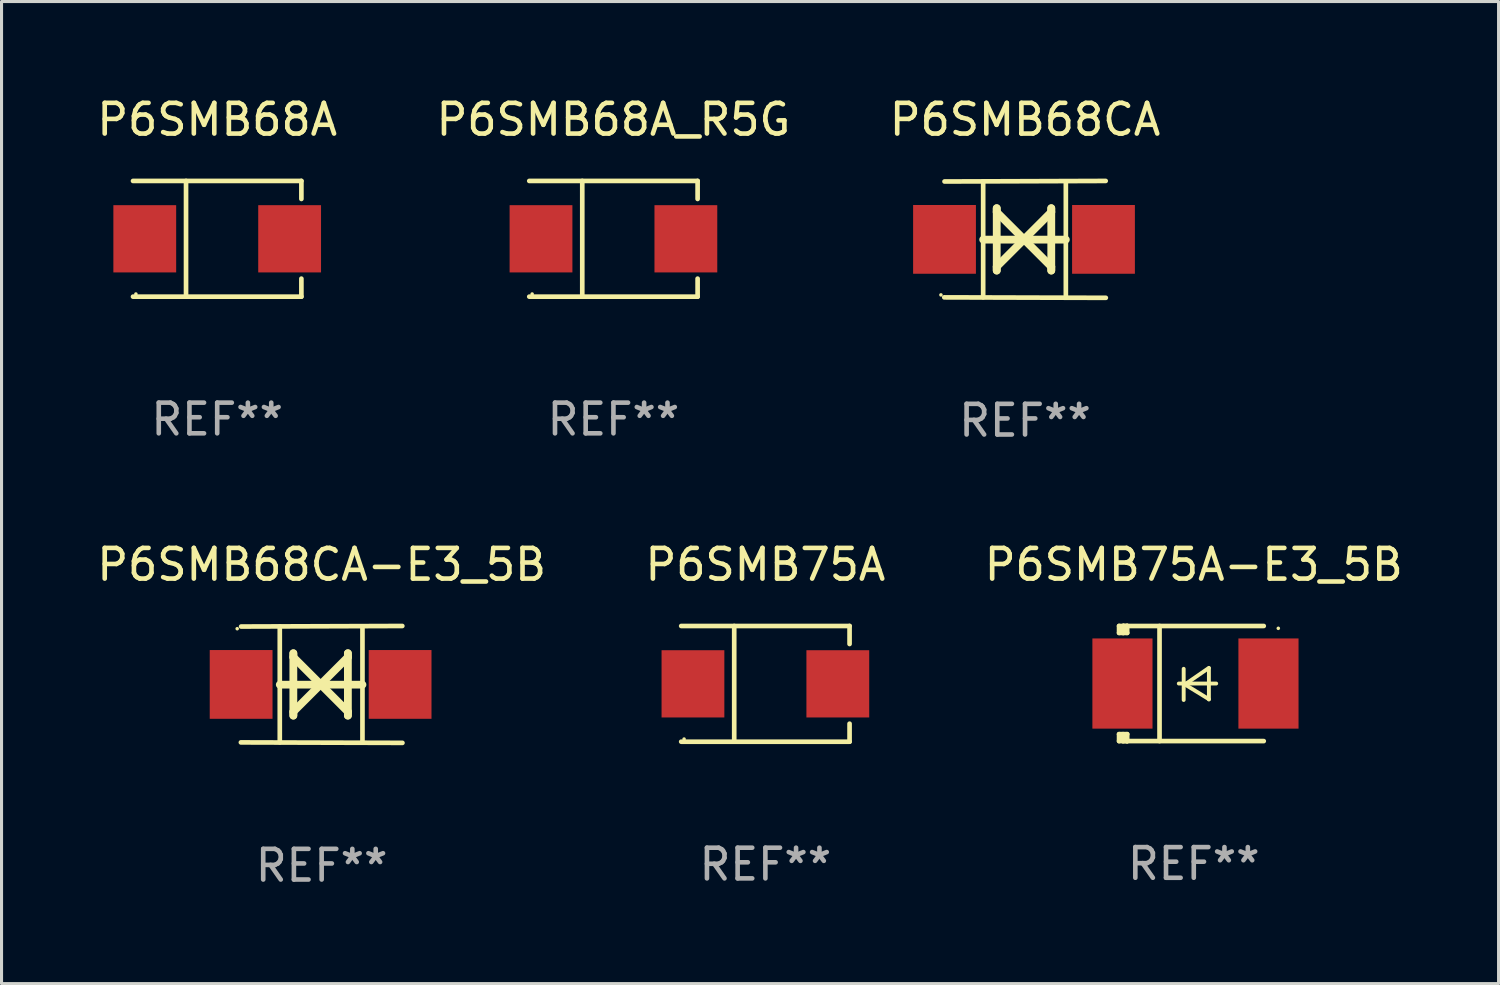
<source format=kicad_pcb>
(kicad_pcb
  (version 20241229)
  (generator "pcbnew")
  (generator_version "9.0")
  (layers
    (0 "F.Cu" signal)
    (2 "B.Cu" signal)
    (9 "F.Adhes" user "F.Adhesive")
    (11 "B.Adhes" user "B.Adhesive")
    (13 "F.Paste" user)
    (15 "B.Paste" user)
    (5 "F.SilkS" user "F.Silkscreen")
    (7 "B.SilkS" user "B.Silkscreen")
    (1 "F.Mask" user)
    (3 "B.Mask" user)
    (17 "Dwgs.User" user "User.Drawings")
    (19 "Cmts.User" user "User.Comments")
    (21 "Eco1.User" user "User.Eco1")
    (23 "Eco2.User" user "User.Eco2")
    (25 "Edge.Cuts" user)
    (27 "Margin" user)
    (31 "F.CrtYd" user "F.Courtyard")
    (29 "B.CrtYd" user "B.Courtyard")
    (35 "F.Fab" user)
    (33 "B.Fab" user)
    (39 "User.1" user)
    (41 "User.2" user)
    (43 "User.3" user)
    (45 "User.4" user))
  (footprint "P6SMB68A"
    (layer "F.Cu")
    (at 4.03 4.734)
    (property "Reference" "P6SMB68A" (at 0 -3.886 0) (layer "F.SilkS") (effects (font (size 1 1) (thickness 0.15))))
    (attr through_hole)
    (fp_line (start -2.744 -1.886) (end 2.744 -1.886) (stroke (width 0.152) (type solid)) (layer "F.SilkS"))
    (fp_line (start -2.744 1.886) (end 2.744 1.886) (stroke (width 0.152) (type solid)) (layer "F.SilkS"))
    (fp_line (start -1.016 -1.886) (end -1.016 1.886) (stroke (width 0.152) (type solid)) (layer "F.SilkS"))
    (fp_line (start 2.744 -1.886) (end 2.744 -1.299) (stroke (width 0.152) (type solid)) (layer "F.SilkS"))
    (fp_line (start 2.744 1.886) (end 2.744 1.299) (stroke (width 0.152) (type solid)) (layer "F.SilkS"))
    (fp_circle (center -2.65 1.8) (end -2.62 1.8) (stroke (width 0.06) (type solid)) (fill no) (layer "F.SilkS"))
    (fp_text user "REF**" (at 0 5.886 0) (layer "F.Fab") (effects (font (size 1 1) (thickness 0.15))))
    (pad "1" smd rect (at -2.361 0) (size 2.047 2.192) (layers "F.Cu" "F.Mask" "F.Paste"))
    (pad "2" smd rect (at 2.361 0) (size 2.047 2.192) (layers "F.Cu" "F.Mask" "F.Paste")))
  (footprint "P6SMB68CA"
    (layer "F.Cu")
    (at 30.363 4.753)
    (property "Reference" "P6SMB68CA" (at 0 -3.905 0) (layer "F.SilkS") (effects (font (size 1 1) (thickness 0.15))))
    (attr through_hole)
    (fp_line (start -1.365 1.886) (end -1.365 -1.886) (stroke (width 0.152) (type solid)) (layer "F.SilkS"))
    (fp_line (start -1.365 0.008) (end 1.33 0.008) (stroke (width 0.254) (type solid)) (layer "F.SilkS"))
    (fp_line (start -0.923 -1.016) (end -0.923 1.016) (stroke (width 0.254) (type solid)) (layer "F.SilkS"))
    (fp_line (start -0.923 -0.889) (end -0.923 -1.016) (stroke (width 0.254) (type solid)) (layer "F.SilkS"))
    (fp_line (start -0.923 0.889) (end -0.034 0) (stroke (width 0.254) (type solid)) (layer "F.SilkS"))
    (fp_line (start -0.923 1.016) (end -0.923 0.889) (stroke (width 0.254) (type solid)) (layer "F.SilkS"))
    (fp_line (start -0.034 0) (end -0.923 -0.889) (stroke (width 0.254) (type solid)) (layer "F.SilkS"))
    (fp_line (start -0.034 0) (end 0.855 0.889) (stroke (width 0.254) (type solid)) (layer "F.SilkS"))
    (fp_line (start 0.855 -1.016) (end 0.855 -0.889) (stroke (width 0.254) (type solid)) (layer "F.SilkS"))
    (fp_line (start 0.855 -0.889) (end -0.034 0) (stroke (width 0.254) (type solid)) (layer "F.SilkS"))
    (fp_line (start 0.855 0.889) (end 0.855 1.016) (stroke (width 0.254) (type solid)) (layer "F.SilkS"))
    (fp_line (start 0.855 1.016) (end 0.855 -1.016) (stroke (width 0.254) (type solid)) (layer "F.SilkS"))
    (fp_line (start 1.33 1.886) (end 1.33 -1.886) (stroke (width 0.152) (type solid)) (layer "F.SilkS"))
    (fp_line (start 2.629 -1.905) (end -2.625 -1.887) (stroke (width 0.152) (type solid)) (layer "F.SilkS"))
    (fp_line (start 2.633 1.905) (end -2.633 1.89) (stroke (width 0.152) (type solid)) (layer "F.SilkS"))
    (fp_circle (center -2.741 1.81) (end -2.711 1.81) (stroke (width 0.06) (type solid)) (fill no) (layer "F.SilkS"))
    (fp_text user "REF**" (at 0 5.905 0) (layer "F.Fab") (effects (font (size 1 1) (thickness 0.15))))
    (pad "1" smd rect (at -2.625 0) (size 2.047 2.241) (layers "F.Cu" "F.Mask" "F.Paste"))
    (pad "2" smd rect (at 2.557 0) (size 2.047 2.241) (layers "F.Cu" "F.Mask" "F.Paste")))
  (footprint "P6SMB68CA-E3_5B"
    (layer "F.Cu")
    (at 7.435 19.26)
    (property "Reference" "P6SMB68CA-E3_5B" (at 0 -3.905 0) (layer "F.SilkS") (effects (font (size 1 1) (thickness 0.15))))
    (attr through_hole)
    (fp_line (start -1.365 1.886) (end -1.365 -1.886) (stroke (width 0.152) (type solid)) (layer "F.SilkS"))
    (fp_line (start -1.365 0.008) (end 1.33 0.008) (stroke (width 0.254) (type solid)) (layer "F.SilkS"))
    (fp_line (start -0.923 -1.016) (end -0.923 1.016) (stroke (width 0.254) (type solid)) (layer "F.SilkS"))
    (fp_line (start -0.923 -0.889) (end -0.923 -1.016) (stroke (width 0.254) (type solid)) (layer "F.SilkS"))
    (fp_line (start -0.923 0.889) (end -0.034 0) (stroke (width 0.254) (type solid)) (layer "F.SilkS"))
    (fp_line (start -0.923 1.016) (end -0.923 0.889) (stroke (width 0.254) (type solid)) (layer "F.SilkS"))
    (fp_line (start -0.034 0) (end -0.923 -0.889) (stroke (width 0.254) (type solid)) (layer "F.SilkS"))
    (fp_line (start -0.034 0) (end 0.855 0.889) (stroke (width 0.254) (type solid)) (layer "F.SilkS"))
    (fp_line (start 0.855 -1.016) (end 0.855 -0.889) (stroke (width 0.254) (type solid)) (layer "F.SilkS"))
    (fp_line (start 0.855 -0.889) (end -0.034 0) (stroke (width 0.254) (type solid)) (layer "F.SilkS"))
    (fp_line (start 0.855 0.889) (end 0.855 1.016) (stroke (width 0.254) (type solid)) (layer "F.SilkS"))
    (fp_line (start 0.855 1.016) (end 0.855 -1.016) (stroke (width 0.254) (type solid)) (layer "F.SilkS"))
    (fp_line (start 1.33 1.886) (end 1.33 -1.886) (stroke (width 0.152) (type solid)) (layer "F.SilkS"))
    (fp_line (start 2.629 -1.905) (end -2.625 -1.887) (stroke (width 0.152) (type solid)) (layer "F.SilkS"))
    (fp_line (start 2.633 1.905) (end -2.633 1.89) (stroke (width 0.152) (type solid)) (layer "F.SilkS"))
    (fp_circle (center -2.753 -1.816) (end -2.723 -1.816) (stroke (width 0.06) (type solid)) (fill no) (layer "F.SilkS"))
    (fp_text user "REF**" (at 0 5.905 0) (layer "F.Fab") (effects (font (size 1 1) (thickness 0.15))))
    (pad "1" smd rect (at -2.625 0) (size 2.047 2.241) (layers "F.Cu" "F.Mask" "F.Paste"))
    (pad "2" smd rect (at 2.557 0) (size 2.047 2.241) (layers "F.Cu" "F.Mask" "F.Paste")))
  (footprint "P6SMB75A"
    (layer "F.Cu")
    (at 21.899 19.241)
    (property "Reference" "P6SMB75A" (at 0 -3.886 0) (layer "F.SilkS") (effects (font (size 1 1) (thickness 0.15))))
    (attr through_hole)
    (fp_line (start -2.744 -1.886) (end 2.744 -1.886) (stroke (width 0.152) (type solid)) (layer "F.SilkS"))
    (fp_line (start -2.744 1.886) (end 2.744 1.886) (stroke (width 0.152) (type solid)) (layer "F.SilkS"))
    (fp_line (start -1.016 -1.886) (end -1.016 1.886) (stroke (width 0.152) (type solid)) (layer "F.SilkS"))
    (fp_line (start 2.744 -1.886) (end 2.744 -1.299) (stroke (width 0.152) (type solid)) (layer "F.SilkS"))
    (fp_line (start 2.744 1.886) (end 2.744 1.299) (stroke (width 0.152) (type solid)) (layer "F.SilkS"))
    (fp_circle (center -2.65 1.8) (end -2.62 1.8) (stroke (width 0.06) (type solid)) (fill no) (layer "F.SilkS"))
    (fp_text user "REF**" (at 0 5.886 0) (layer "F.Fab") (effects (font (size 1 1) (thickness 0.15))))
    (pad "1" smd rect (at -2.361 0) (size 2.047 2.192) (layers "F.Cu" "F.Mask" "F.Paste"))
    (pad "2" smd rect (at 2.361 0) (size 2.047 2.192) (layers "F.Cu" "F.Mask" "F.Paste")))
  (footprint "P6SMB75A-E3_5B"
    (layer "F.Cu")
    (at 35.863 19.231)
    (property "Reference" "P6SMB75A-E3_5B" (at 0 -3.876 0) (layer "F.SilkS") (effects (font (size 1 1) (thickness 0.15))))
    (attr through_hole)
    (fp_line (start -2.435 1.65) (end -2.171 1.65) (stroke (width 0.152) (type solid)) (layer "F.SilkS"))
    (fp_line (start -2.435 1.876) (end -2.435 1.65) (stroke (width 0.152) (type solid)) (layer "F.SilkS"))
    (fp_line (start -2.435 -1.876) (end -2.171 -1.876) (stroke (width 0.152) (type solid)) (layer "F.SilkS"))
    (fp_line (start -2.435 -1.65) (end -2.435 -1.876) (stroke (width 0.152) (type solid)) (layer "F.SilkS"))
    (fp_line (start -2.305 -1.866) (end -2.295 -1.876) (stroke (width 0.152) (type solid)) (layer "F.SilkS"))
    (fp_line (start -2.305 -1.65) (end -2.305 -1.866) (stroke (width 0.152) (type solid)) (layer "F.SilkS"))
    (fp_line (start -2.305 1.876) (end -2.305 1.65) (stroke (width 0.152) (type solid)) (layer "F.SilkS"))
    (fp_line (start -2.295 -1.876) (end -2.295 -1.65) (stroke (width 0.152) (type solid)) (layer "F.SilkS"))
    (fp_line (start -2.171 1.876) (end -2.435 1.876) (stroke (width 0.152) (type solid)) (layer "F.SilkS"))
    (fp_line (start -2.171 -1.65) (end -2.435 -1.65) (stroke (width 0.152) (type solid)) (layer "F.SilkS"))
    (fp_line (start -2.171 -1.876) (end -2.295 -1.876) (stroke (width 0.152) (type solid)) (layer "F.SilkS"))
    (fp_line (start -2.171 -1.65) (end -2.171 -1.876) (stroke (width 0.152) (type solid)) (layer "F.SilkS"))
    (fp_line (start -2.171 1.876) (end -2.305 1.876) (stroke (width 0.152) (type solid)) (layer "F.SilkS"))
    (fp_line (start -2.171 1.876) (end -2.171 1.65) (stroke (width 0.152) (type solid)) (layer "F.SilkS"))
    (fp_line (start -1.116 1.876) (end -1.116 -1.876) (stroke (width 0.152) (type solid)) (layer "F.SilkS"))
    (fp_line (start -0.488 0.000102) (end 0.731 0.000102) (stroke (width 0.127) (type solid)) (layer "F.SilkS"))
    (fp_line (start -0.329 -0.48) (end -0.329 0.536) (stroke (width 0.127) (type solid)) (layer "F.SilkS"))
    (fp_line (start -0.29 0.03) (end 0.493 0.51) (stroke (width 0.127) (type solid)) (layer "F.SilkS"))
    (fp_line (start 0.493 -0.51) (end -0.29 0.03) (stroke (width 0.127) (type solid)) (layer "F.SilkS"))
    (fp_line (start 0.493 0.52) (end 0.493 -0.496) (stroke (width 0.127) (type solid)) (layer "F.SilkS"))
    (fp_line (start 2.281 -1.876) (end -2.171 -1.876) (stroke (width 0.152) (type solid)) (layer "F.SilkS"))
    (fp_line (start 2.281 1.876) (end -2.171 1.876) (stroke (width 0.152) (type solid)) (layer "F.SilkS"))
    (fp_circle (center 2.755 -1.8) (end 2.785 -1.8) (stroke (width 0.06) (type solid)) (fill no) (layer "F.SilkS"))
    (fp_text user "REF**" (at 0 5.876 0) (layer "F.Fab") (effects (font (size 1 1) (thickness 0.15))))
    (pad "1" smd rect (at 2.435 -0.000025 180) (size 1.96 2.94) (layers "F.Cu" "F.Mask" "F.Paste"))
    (pad "2" smd rect (at -2.325 -0.000025 180) (size 1.96 2.94) (layers "F.Cu" "F.Mask" "F.Paste")))
  (footprint "P6SMB68A_R5G"
    (layer "F.Cu")
    (at 16.946 4.734)
    (property "Reference" "P6SMB68A_R5G" (at 0 -3.886 0) (layer "F.SilkS") (effects (font (size 1 1) (thickness 0.15))))
    (attr through_hole)
    (fp_line (start -2.744 -1.886) (end 2.744 -1.886) (stroke (width 0.152) (type solid)) (layer "F.SilkS"))
    (fp_line (start -2.744 1.886) (end 2.744 1.886) (stroke (width 0.152) (type solid)) (layer "F.SilkS"))
    (fp_line (start -1.016 -1.886) (end -1.016 1.886) (stroke (width 0.152) (type solid)) (layer "F.SilkS"))
    (fp_line (start 2.744 -1.886) (end 2.744 -1.299) (stroke (width 0.152) (type solid)) (layer "F.SilkS"))
    (fp_line (start 2.744 1.886) (end 2.744 1.299) (stroke (width 0.152) (type solid)) (layer "F.SilkS"))
    (fp_circle (center -2.65 1.8) (end -2.62 1.8) (stroke (width 0.06) (type solid)) (fill no) (layer "F.SilkS"))
    (fp_text user "REF**" (at 0 5.886 0) (layer "F.Fab") (effects (font (size 1 1) (thickness 0.15))))
    (pad "1" smd rect (at -2.361 0) (size 2.047 2.192) (layers "F.Cu" "F.Mask" "F.Paste"))
    (pad "2" smd rect (at 2.361 0) (size 2.047 2.192) (layers "F.Cu" "F.Mask" "F.Paste")))
  (gr_rect
    (start -3 -3)
    (end 45.798 29.013)
    (stroke (width 0.1) (type default))
    (fill no)
    (layer "Edge.Cuts")))
</source>
